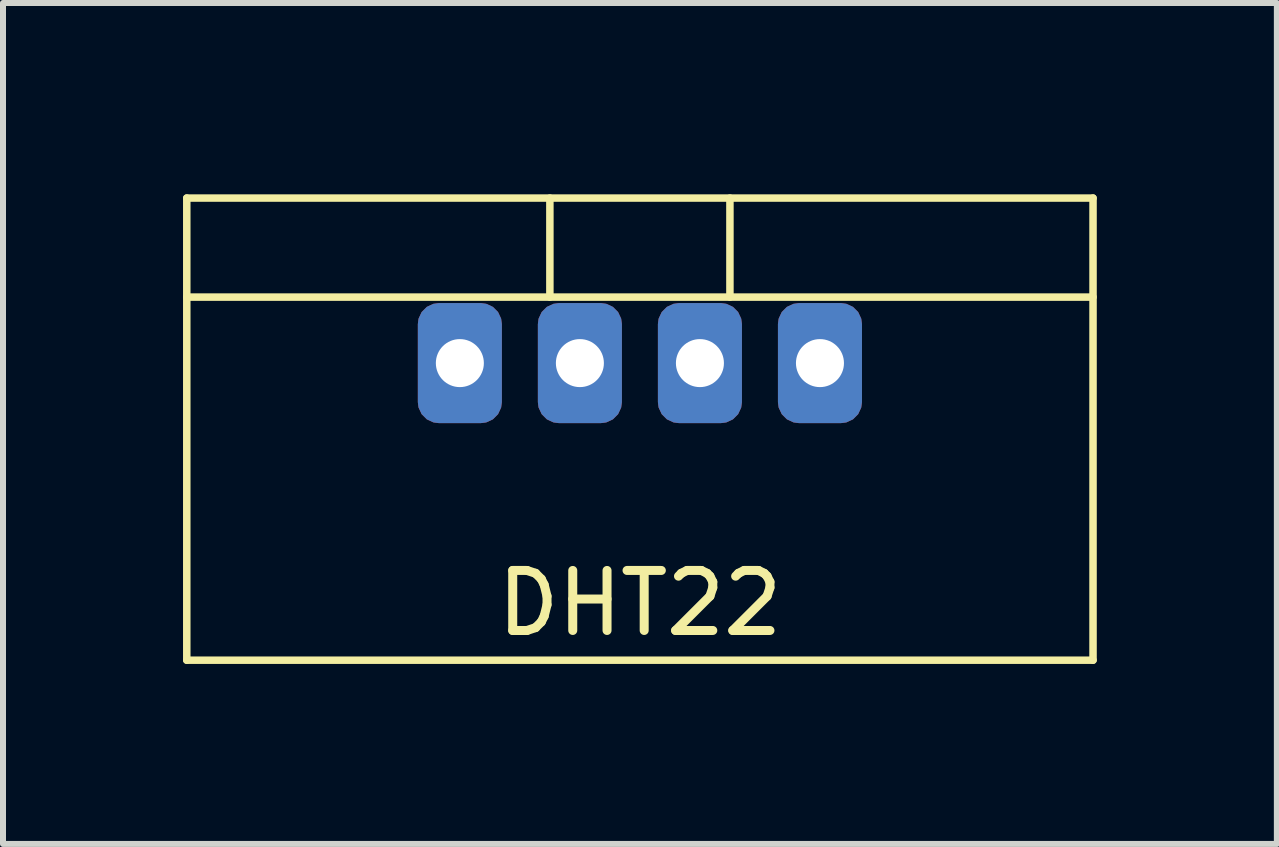
<source format=kicad_pcb>
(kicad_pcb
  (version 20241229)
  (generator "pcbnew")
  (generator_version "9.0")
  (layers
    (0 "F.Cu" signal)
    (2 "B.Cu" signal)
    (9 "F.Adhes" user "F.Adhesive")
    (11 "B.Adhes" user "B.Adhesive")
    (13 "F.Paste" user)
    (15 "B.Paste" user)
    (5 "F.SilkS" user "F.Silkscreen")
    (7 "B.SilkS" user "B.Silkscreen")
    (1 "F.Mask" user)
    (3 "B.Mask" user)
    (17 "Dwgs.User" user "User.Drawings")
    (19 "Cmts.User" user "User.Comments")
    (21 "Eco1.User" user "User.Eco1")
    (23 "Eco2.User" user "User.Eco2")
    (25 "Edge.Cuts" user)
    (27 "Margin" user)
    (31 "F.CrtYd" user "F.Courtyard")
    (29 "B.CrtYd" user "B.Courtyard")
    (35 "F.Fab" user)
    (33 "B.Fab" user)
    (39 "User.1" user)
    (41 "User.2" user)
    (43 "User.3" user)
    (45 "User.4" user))
  (footprint "DHT22"
    (layer "F.Cu")
    (at 7.612 0.25)
    (property "Reference" "DHT22" (at 0 6.75 0) (layer "F.SilkS") (effects (font (size 1 1) (thickness 0.15))))
    (attr through_hole)
    (fp_line (start -7.55 0) (end -7.55 7.7) (stroke (width 0.125) (type solid)) (layer "F.SilkS"))
    (fp_line (start -7.55 1.65) (end 7.55 1.65) (stroke (width 0.125) (type solid)) (layer "F.SilkS"))
    (fp_line (start -7.55 7.7) (end 7.55 7.7) (stroke (width 0.125) (type solid)) (layer "F.SilkS"))
    (fp_line (start -1.5 0) (end -1.5 1.65) (stroke (width 0.125) (type solid)) (layer "F.SilkS"))
    (fp_line (start 1.5 0) (end 1.5 1.65) (stroke (width 0.125) (type solid)) (layer "F.SilkS"))
    (fp_line (start 7.55 0) (end -7.55 0) (stroke (width 0.125) (type solid)) (layer "F.SilkS"))
    (fp_line (start 7.55 7.7) (end 7.55 0) (stroke (width 0.125) (type solid)) (layer "F.SilkS"))
    (pad "1" thru_hole roundrect (at -3 2.75) (size 1.4 2) (drill 0.8) (layers "*.Cu" "*.Mask") (roundrect_rratio 0.25))
    (pad "2" thru_hole roundrect (at -1 2.75) (size 1.4 2) (drill 0.8) (layers "*.Cu" "*.Mask") (roundrect_rratio 0.25))
    (pad "3" thru_hole roundrect (at 1 2.75) (size 1.4 2) (drill 0.8) (layers "*.Cu" "*.Mask") (roundrect_rratio 0.25))
    (pad "4" thru_hole roundrect (at 3 2.75) (size 1.4 2) (drill 0.8) (layers "*.Cu" "*.Mask") (roundrect_rratio 0.25)))
  (gr_rect
    (start -3 -3)
    (end 18.225 11.012)
    (stroke (width 0.1) (type default))
    (fill no)
    (layer "Edge.Cuts")))
</source>
